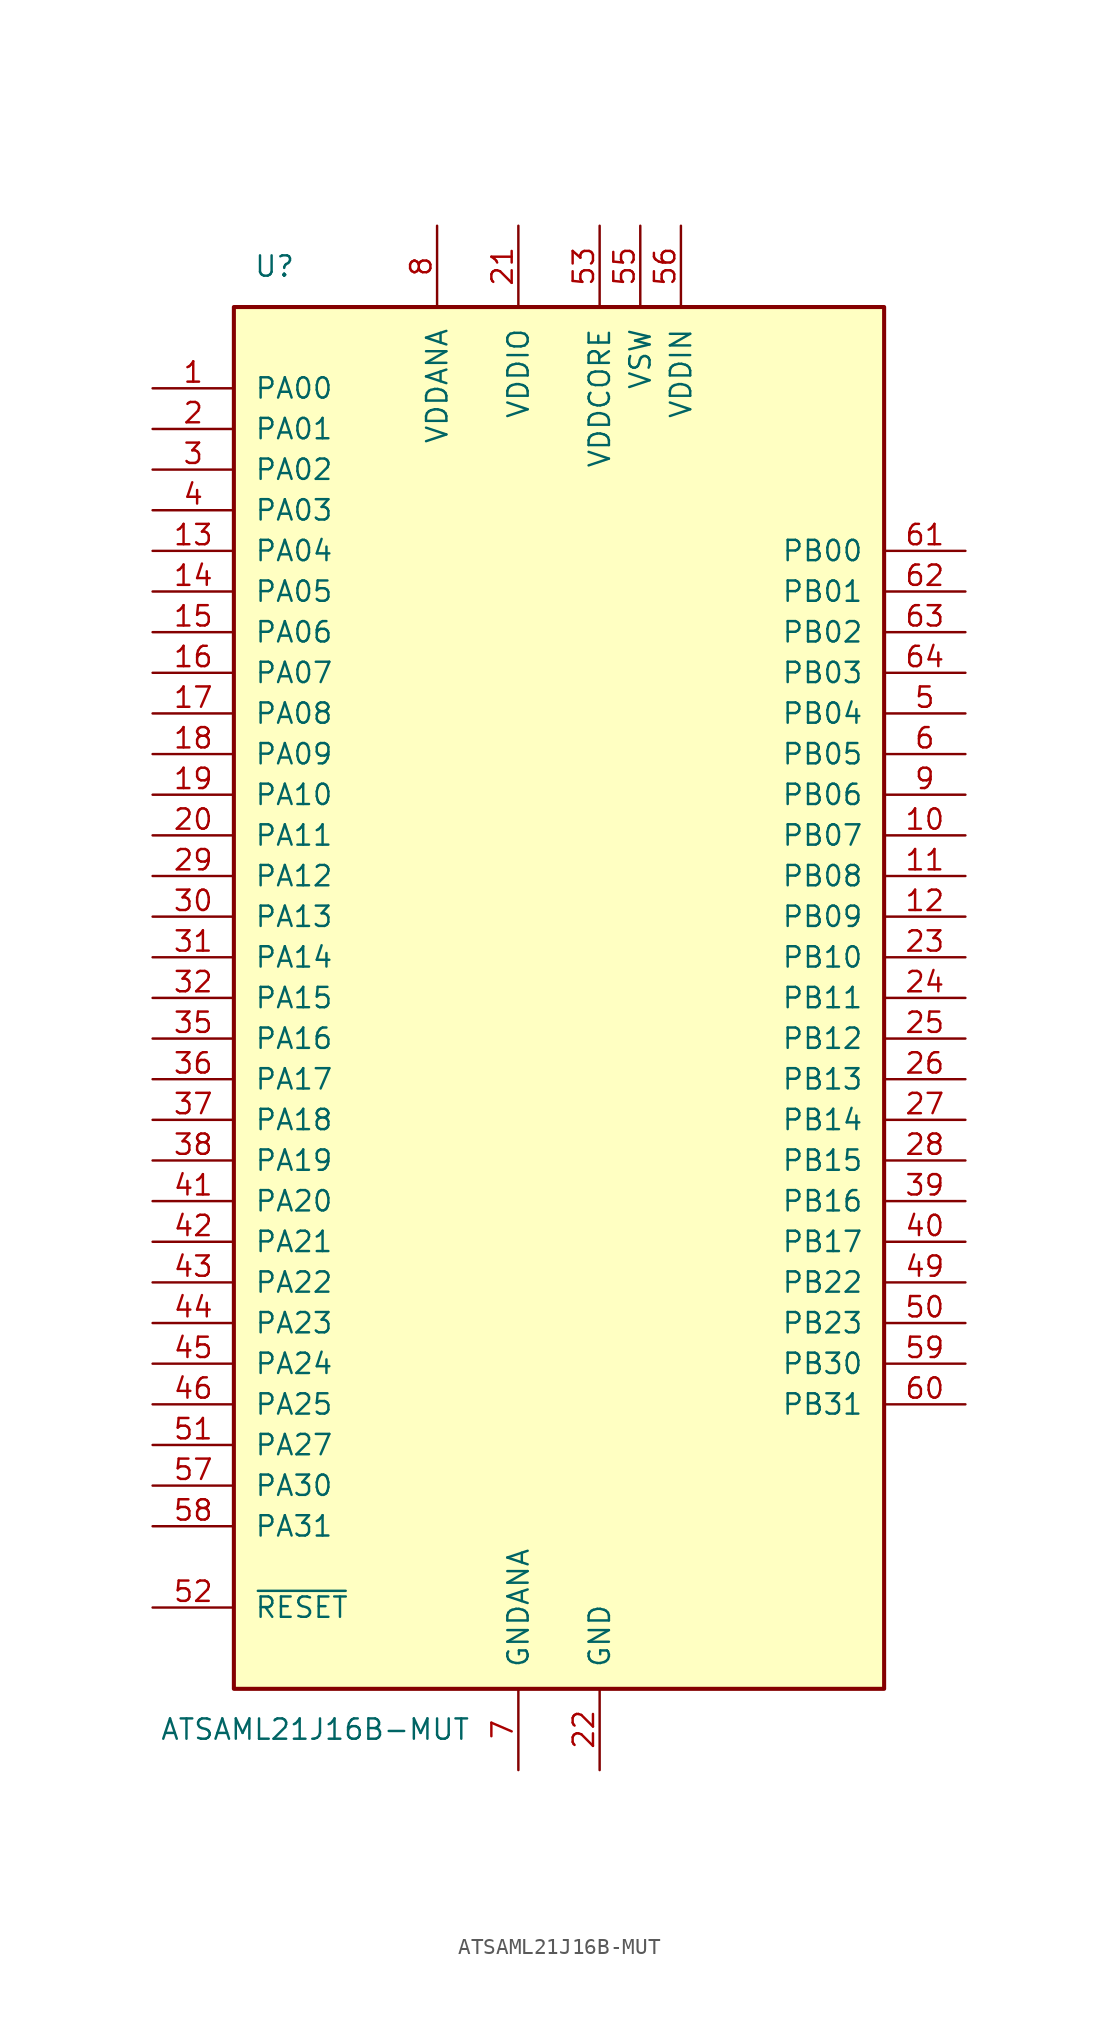
<source format=kicad_sym>
(kicad_symbol_lib
  (version 20201005)
  (generator kicad_symbol_editor)
  (symbol "ATSAML21J16B-MUT"
    (pin_names
      (offset 1.27))
    (property "Reference" "U"
      (at -17.78 45.72 0)
      (effects (font (size 1.27 1.27))))
    (property "Value" "ATSAML21J16B-MUT"
      (at -15.24 -45.72 0)
      (effects (font (size 1.27 1.27))))
    (symbol "ATSAML21J16B-MUT_0_1"
      (rectangle (start -20.32 43.18) (end 20.32 -43.18) (stroke (width 0.254)) (fill (type background))))
    (symbol "ATSAML21J16B-MUT_1_1"
      (pin bidirectional line (at -25.4 38.1 0) (length 5.08) (name "PA00" (effects (font (size 1.27 1.27)))) (number "1" (effects (font (size 1.27 1.27)))))
      (pin bidirectional line (at 25.4 10.16 180) (length 5.08) (name "PB07" (effects (font (size 1.27 1.27)))) (number "10" (effects (font (size 1.27 1.27)))))
      (pin bidirectional line (at 25.4 7.62 180) (length 5.08) (name "PB08" (effects (font (size 1.27 1.27)))) (number "11" (effects (font (size 1.27 1.27)))))
      (pin bidirectional line (at 25.4 5.08 180) (length 5.08) (name "PB09" (effects (font (size 1.27 1.27)))) (number "12" (effects (font (size 1.27 1.27)))))
      (pin bidirectional line (at -25.4 27.94 0) (length 5.08) (name "PA04" (effects (font (size 1.27 1.27)))) (number "13" (effects (font (size 1.27 1.27)))))
      (pin bidirectional line (at -25.4 25.4 0) (length 5.08) (name "PA05" (effects (font (size 1.27 1.27)))) (number "14" (effects (font (size 1.27 1.27)))))
      (pin bidirectional line (at -25.4 22.86 0) (length 5.08) (name "PA06" (effects (font (size 1.27 1.27)))) (number "15" (effects (font (size 1.27 1.27)))))
      (pin bidirectional line (at -25.4 20.32 0) (length 5.08) (name "PA07" (effects (font (size 1.27 1.27)))) (number "16" (effects (font (size 1.27 1.27)))))
      (pin bidirectional line (at -25.4 17.78 0) (length 5.08) (name "PA08" (effects (font (size 1.27 1.27)))) (number "17" (effects (font (size 1.27 1.27)))))
      (pin bidirectional line (at -25.4 15.24 0) (length 5.08) (name "PA09" (effects (font (size 1.27 1.27)))) (number "18" (effects (font (size 1.27 1.27)))))
      (pin bidirectional line (at -25.4 12.7 0) (length 5.08) (name "PA10" (effects (font (size 1.27 1.27)))) (number "19" (effects (font (size 1.27 1.27)))))
      (pin bidirectional line (at -25.4 35.56 0) (length 5.08) (name "PA01" (effects (font (size 1.27 1.27)))) (number "2" (effects (font (size 1.27 1.27)))))
      (pin bidirectional line (at -25.4 10.16 0) (length 5.08) (name "PA11" (effects (font (size 1.27 1.27)))) (number "20" (effects (font (size 1.27 1.27)))))
      (pin power_in line (at -2.54 48.26 270) (length 5.08) (name "VDDIO" (effects (font (size 1.27 1.27)))) (number "21" (effects (font (size 1.27 1.27)))))
      (pin power_in line (at 2.54 -48.26 90) (length 5.08) (name "GND" (effects (font (size 1.27 1.27)))) (number "22" (effects (font (size 1.27 1.27)))))
      (pin bidirectional line (at 25.4 2.54 180) (length 5.08) (name "PB10" (effects (font (size 1.27 1.27)))) (number "23" (effects (font (size 1.27 1.27)))))
      (pin bidirectional line (at 25.4 0 180) (length 5.08) (name "PB11" (effects (font (size 1.27 1.27)))) (number "24" (effects (font (size 1.27 1.27)))))
      (pin bidirectional line (at 25.4 -2.54 180) (length 5.08) (name "PB12" (effects (font (size 1.27 1.27)))) (number "25" (effects (font (size 1.27 1.27)))))
      (pin bidirectional line (at 25.4 -5.08 180) (length 5.08) (name "PB13" (effects (font (size 1.27 1.27)))) (number "26" (effects (font (size 1.27 1.27)))))
      (pin bidirectional line (at 25.4 -7.62 180) (length 5.08) (name "PB14" (effects (font (size 1.27 1.27)))) (number "27" (effects (font (size 1.27 1.27)))))
      (pin bidirectional line (at 25.4 -10.16 180) (length 5.08) (name "PB15" (effects (font (size 1.27 1.27)))) (number "28" (effects (font (size 1.27 1.27)))))
      (pin bidirectional line (at -25.4 7.62 0) (length 5.08) (name "PA12" (effects (font (size 1.27 1.27)))) (number "29" (effects (font (size 1.27 1.27)))))
      (pin bidirectional line (at -25.4 33.02 0) (length 5.08) (name "PA02" (effects (font (size 1.27 1.27)))) (number "3" (effects (font (size 1.27 1.27)))))
      (pin bidirectional line (at -25.4 5.08 0) (length 5.08) (name "PA13" (effects (font (size 1.27 1.27)))) (number "30" (effects (font (size 1.27 1.27)))))
      (pin bidirectional line (at -25.4 2.54 0) (length 5.08) (name "PA14" (effects (font (size 1.27 1.27)))) (number "31" (effects (font (size 1.27 1.27)))))
      (pin bidirectional line (at -25.4 0 0) (length 5.08) (name "PA15" (effects (font (size 1.27 1.27)))) (number "32" (effects (font (size 1.27 1.27)))))
      (pin passive line (at 2.54 -48.26 90) (length 5.08) hide (name "GND" (effects (font (size 1.27 1.27)))) (number "33" (effects (font (size 1.27 1.27)))))
      (pin passive line (at -2.54 48.26 270) (length 5.08) hide (name "VDDIO" (effects (font (size 1.27 1.27)))) (number "34" (effects (font (size 1.27 1.27)))))
      (pin bidirectional line (at -25.4 -2.54 0) (length 5.08) (name "PA16" (effects (font (size 1.27 1.27)))) (number "35" (effects (font (size 1.27 1.27)))))
      (pin bidirectional line (at -25.4 -5.08 0) (length 5.08) (name "PA17" (effects (font (size 1.27 1.27)))) (number "36" (effects (font (size 1.27 1.27)))))
      (pin bidirectional line (at -25.4 -7.62 0) (length 5.08) (name "PA18" (effects (font (size 1.27 1.27)))) (number "37" (effects (font (size 1.27 1.27)))))
      (pin bidirectional line (at -25.4 -10.16 0) (length 5.08) (name "PA19" (effects (font (size 1.27 1.27)))) (number "38" (effects (font (size 1.27 1.27)))))
      (pin bidirectional line (at 25.4 -12.7 180) (length 5.08) (name "PB16" (effects (font (size 1.27 1.27)))) (number "39" (effects (font (size 1.27 1.27)))))
      (pin bidirectional line (at -25.4 30.48 0) (length 5.08) (name "PA03" (effects (font (size 1.27 1.27)))) (number "4" (effects (font (size 1.27 1.27)))))
      (pin bidirectional line (at 25.4 -15.24 180) (length 5.08) (name "PB17" (effects (font (size 1.27 1.27)))) (number "40" (effects (font (size 1.27 1.27)))))
      (pin bidirectional line (at -25.4 -12.7 0) (length 5.08) (name "PA20" (effects (font (size 1.27 1.27)))) (number "41" (effects (font (size 1.27 1.27)))))
      (pin bidirectional line (at -25.4 -15.24 0) (length 5.08) (name "PA21" (effects (font (size 1.27 1.27)))) (number "42" (effects (font (size 1.27 1.27)))))
      (pin bidirectional line (at -25.4 -17.78 0) (length 5.08) (name "PA22" (effects (font (size 1.27 1.27)))) (number "43" (effects (font (size 1.27 1.27)))))
      (pin bidirectional line (at -25.4 -20.32 0) (length 5.08) (name "PA23" (effects (font (size 1.27 1.27)))) (number "44" (effects (font (size 1.27 1.27)))))
      (pin bidirectional line (at -25.4 -22.86 0) (length 5.08) (name "PA24" (effects (font (size 1.27 1.27)))) (number "45" (effects (font (size 1.27 1.27)))))
      (pin bidirectional line (at -25.4 -25.4 0) (length 5.08) (name "PA25" (effects (font (size 1.27 1.27)))) (number "46" (effects (font (size 1.27 1.27)))))
      (pin passive line (at 2.54 -48.26 90) (length 5.08) hide (name "GND" (effects (font (size 1.27 1.27)))) (number "47" (effects (font (size 1.27 1.27)))))
      (pin passive line (at -2.54 48.26 270) (length 5.08) hide (name "VDDIO" (effects (font (size 1.27 1.27)))) (number "48" (effects (font (size 1.27 1.27)))))
      (pin bidirectional line (at 25.4 -17.78 180) (length 5.08) (name "PB22" (effects (font (size 1.27 1.27)))) (number "49" (effects (font (size 1.27 1.27)))))
      (pin bidirectional line (at 25.4 17.78 180) (length 5.08) (name "PB04" (effects (font (size 1.27 1.27)))) (number "5" (effects (font (size 1.27 1.27)))))
      (pin bidirectional line (at 25.4 -20.32 180) (length 5.08) (name "PB23" (effects (font (size 1.27 1.27)))) (number "50" (effects (font (size 1.27 1.27)))))
      (pin bidirectional line (at -25.4 -27.94 0) (length 5.08) (name "PA27" (effects (font (size 1.27 1.27)))) (number "51" (effects (font (size 1.27 1.27)))))
      (pin input line (at -25.4 -38.1 0) (length 5.08) (name "~RESET" (effects (font (size 1.27 1.27)))) (number "52" (effects (font (size 1.27 1.27)))))
      (pin power_in line (at 2.54 48.26 270) (length 5.08) (name "VDDCORE" (effects (font (size 1.27 1.27)))) (number "53" (effects (font (size 1.27 1.27)))))
      (pin passive line (at 2.54 -48.26 90) (length 5.08) hide (name "GND" (effects (font (size 1.27 1.27)))) (number "54" (effects (font (size 1.27 1.27)))))
      (pin power_out line (at 5.08 48.26 270) (length 5.08) (name "VSW" (effects (font (size 1.27 1.27)))) (number "55" (effects (font (size 1.27 1.27)))))
      (pin power_in line (at 7.62 48.26 270) (length 5.08) (name "VDDIN" (effects (font (size 1.27 1.27)))) (number "56" (effects (font (size 1.27 1.27)))))
      (pin bidirectional line (at -25.4 -30.48 0) (length 5.08) (name "PA30" (effects (font (size 1.27 1.27)))) (number "57" (effects (font (size 1.27 1.27)))))
      (pin bidirectional line (at -25.4 -33.02 0) (length 5.08) (name "PA31" (effects (font (size 1.27 1.27)))) (number "58" (effects (font (size 1.27 1.27)))))
      (pin bidirectional line (at 25.4 -22.86 180) (length 5.08) (name "PB30" (effects (font (size 1.27 1.27)))) (number "59" (effects (font (size 1.27 1.27)))))
      (pin bidirectional line (at 25.4 15.24 180) (length 5.08) (name "PB05" (effects (font (size 1.27 1.27)))) (number "6" (effects (font (size 1.27 1.27)))))
      (pin bidirectional line (at 25.4 -25.4 180) (length 5.08) (name "PB31" (effects (font (size 1.27 1.27)))) (number "60" (effects (font (size 1.27 1.27)))))
      (pin bidirectional line (at 25.4 27.94 180) (length 5.08) (name "PB00" (effects (font (size 1.27 1.27)))) (number "61" (effects (font (size 1.27 1.27)))))
      (pin bidirectional line (at 25.4 25.4 180) (length 5.08) (name "PB01" (effects (font (size 1.27 1.27)))) (number "62" (effects (font (size 1.27 1.27)))))
      (pin bidirectional line (at 25.4 22.86 180) (length 5.08) (name "PB02" (effects (font (size 1.27 1.27)))) (number "63" (effects (font (size 1.27 1.27)))))
      (pin bidirectional line (at 25.4 20.32 180) (length 5.08) (name "PB03" (effects (font (size 1.27 1.27)))) (number "64" (effects (font (size 1.27 1.27)))))
      (pin power_in line (at -2.54 -48.26 90) (length 5.08) (name "GNDANA" (effects (font (size 1.27 1.27)))) (number "7" (effects (font (size 1.27 1.27)))))
      (pin power_in line (at -7.62 48.26 270) (length 5.08) (name "VDDANA" (effects (font (size 1.27 1.27)))) (number "8" (effects (font (size 1.27 1.27)))))
      (pin bidirectional line (at 25.4 12.7 180) (length 5.08) (name "PB06" (effects (font (size 1.27 1.27)))) (number "9" (effects (font (size 1.27 1.27))))))))
</source>
